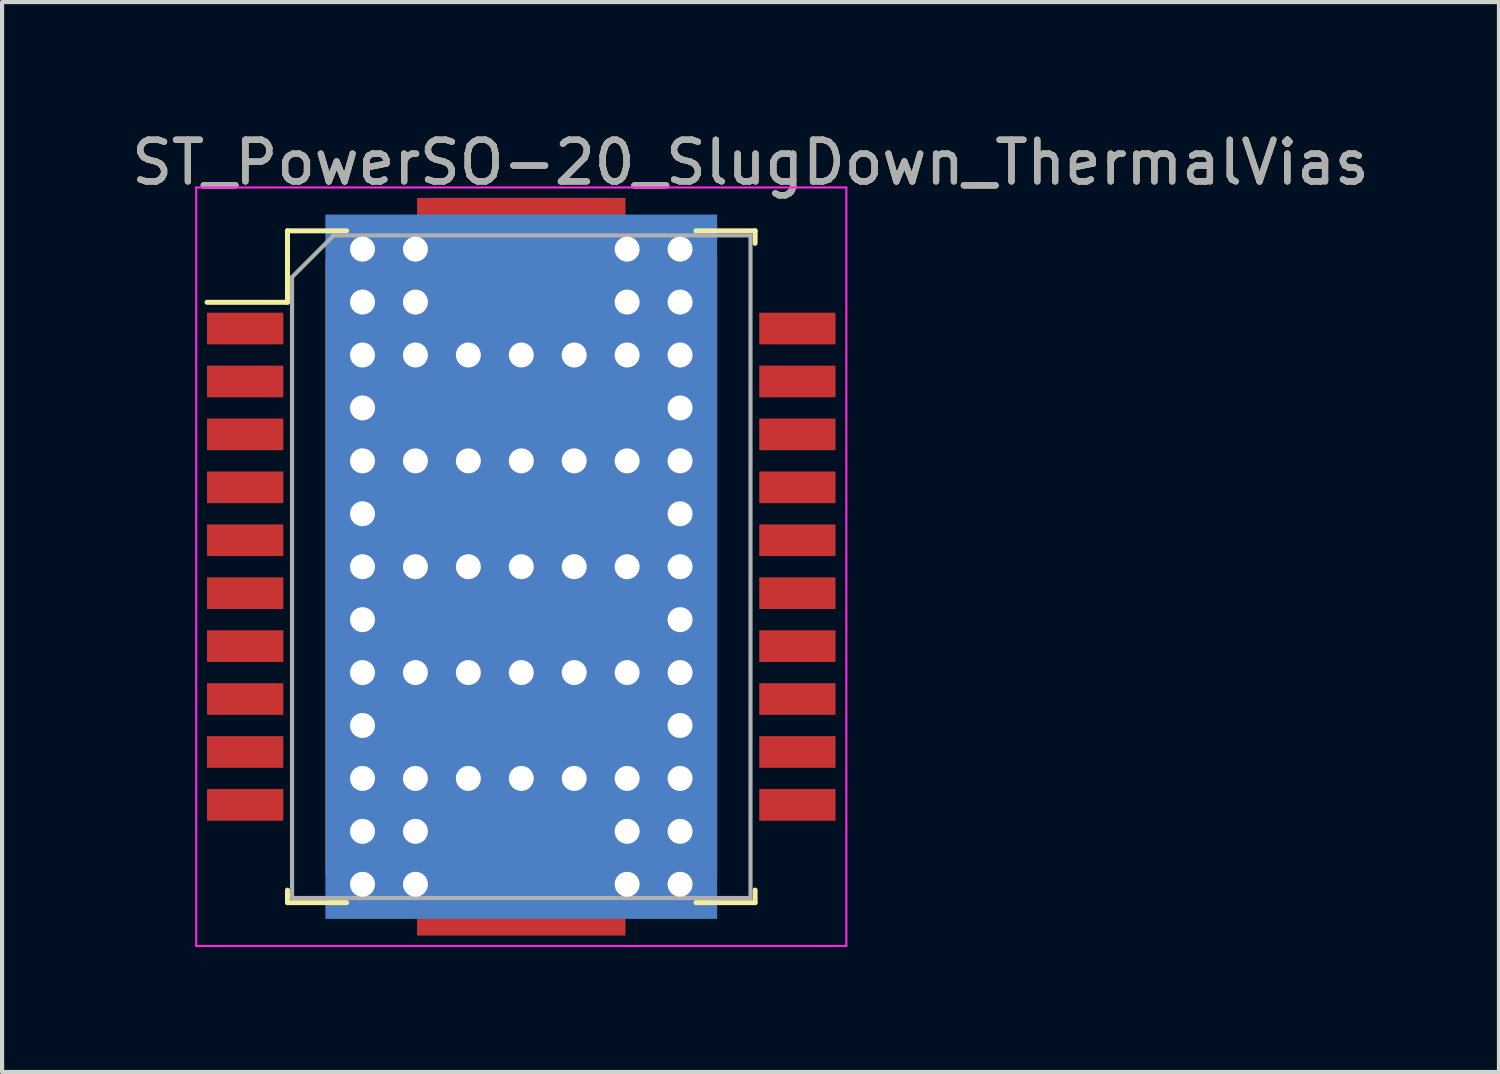
<source format=kicad_pcb>
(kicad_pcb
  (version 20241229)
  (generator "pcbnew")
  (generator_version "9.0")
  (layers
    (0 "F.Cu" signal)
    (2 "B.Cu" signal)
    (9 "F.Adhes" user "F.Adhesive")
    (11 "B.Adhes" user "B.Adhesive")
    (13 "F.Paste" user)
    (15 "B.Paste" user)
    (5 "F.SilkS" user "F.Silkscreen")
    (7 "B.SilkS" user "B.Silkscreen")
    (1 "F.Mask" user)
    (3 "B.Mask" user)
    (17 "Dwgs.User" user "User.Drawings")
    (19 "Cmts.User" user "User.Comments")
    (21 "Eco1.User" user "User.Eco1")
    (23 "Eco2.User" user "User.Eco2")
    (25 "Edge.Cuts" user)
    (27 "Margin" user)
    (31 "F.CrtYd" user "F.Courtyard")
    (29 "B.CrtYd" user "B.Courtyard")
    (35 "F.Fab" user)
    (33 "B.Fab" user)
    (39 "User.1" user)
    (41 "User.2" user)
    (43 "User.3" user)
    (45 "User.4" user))
  (footprint "ST_PowerSO-20_SlugDown_ThermalVias"
    (layer "F.Cu")
    (at 9.458 10.548)
    (property "Reference" "ST_PowerSO-20_SlugDown_ThermalVias" (at 5.5 -9.7 0) (layer "F.SilkS") (effects (font (size 1 1) (thickness 0.15))))
    (attr smd)
    (fp_line (start -7.54 -6.345) (end -5.61 -6.345) (stroke (width 0.12) (type solid)) (layer "F.SilkS"))
    (fp_line (start -5.61 -8.06) (end -4.191 -8.06) (stroke (width 0.12) (type solid)) (layer "F.SilkS"))
    (fp_line (start -5.61 -6.345) (end -5.61 -8.06) (stroke (width 0.12) (type solid)) (layer "F.SilkS"))
    (fp_line (start -5.61 7.76) (end -5.61 8.06) (stroke (width 0.12) (type solid)) (layer "F.SilkS"))
    (fp_line (start -5.61 8.06) (end -4.191 8.06) (stroke (width 0.12) (type solid)) (layer "F.SilkS"))
    (fp_line (start 4.191 -8.06) (end 5.61 -8.06) (stroke (width 0.12) (type solid)) (layer "F.SilkS"))
    (fp_line (start 4.191 8.06) (end 5.61 8.06) (stroke (width 0.12) (type solid)) (layer "F.SilkS"))
    (fp_line (start 5.61 -8.06) (end 5.61 -7.76) (stroke (width 0.12) (type solid)) (layer "F.SilkS"))
    (fp_line (start 5.61 8.06) (end 5.61 7.76) (stroke (width 0.12) (type solid)) (layer "F.SilkS"))
    (fp_line (start -7.8 -9.1) (end -7.8 9.1) (stroke (width 0.05) (type solid)) (layer "F.CrtYd"))
    (fp_line (start -7.8 9.1) (end 7.8 9.1) (stroke (width 0.05) (type solid)) (layer "F.CrtYd"))
    (fp_line (start 7.8 -9.1) (end -7.8 -9.1) (stroke (width 0.05) (type solid)) (layer "F.CrtYd"))
    (fp_line (start 7.8 9.1) (end 7.8 -9.1) (stroke (width 0.05) (type solid)) (layer "F.CrtYd"))
    (fp_line (start -5.5 -6.95) (end -5.5 7.95) (stroke (width 0.1) (type solid)) (layer "F.Fab"))
    (fp_line (start -5.5 -6.95) (end -4.5 -7.95) (stroke (width 0.1) (type solid)) (layer "F.Fab"))
    (fp_line (start -5.5 7.95) (end 5.5 7.95) (stroke (width 0.1) (type solid)) (layer "F.Fab"))
    (fp_line (start 5.5 -7.95) (end -4.5 -7.95) (stroke (width 0.1) (type solid)) (layer "F.Fab"))
    (fp_line (start 5.5 7.95) (end 5.5 -7.95) (stroke (width 0.1) (type solid)) (layer "F.Fab"))
    (fp_text user "${REFERENCE}" (at 5.5 -9.7 0) (layer "F.Fab") (effects (font (size 1 1) (thickness 0.15))))
    (pad "" smd rect (at 0 -6.95) (size 3.4 2.5) (layers "F.Paste"))
    (pad "" smd rect (at 0 -3.81) (size 6.4 1.27) (layers "F.Paste"))
    (pad "" smd rect (at 0 -1.27) (size 6.4 1.27) (layers "F.Paste"))
    (pad "" smd rect (at 0 1.27) (size 6.4 1.27) (layers "F.Paste"))
    (pad "" smd rect (at 0 3.81) (size 6.4 1.27) (layers "F.Paste"))
    (pad "" smd rect (at 0 6.95) (size 3.4 2.5) (layers "F.Paste"))
    (pad "1" smd rect (at -6.625 -5.715 90) (size 0.76 1.83) (layers "F.Cu" "F.Mask" "F.Paste"))
    (pad "2" smd rect (at -6.625 -4.445 90) (size 0.76 1.83) (layers "F.Cu" "F.Mask" "F.Paste"))
    (pad "3" smd rect (at -6.625 -3.175 90) (size 0.76 1.83) (layers "F.Cu" "F.Mask" "F.Paste"))
    (pad "4" smd rect (at -6.625 -1.905 90) (size 0.76 1.83) (layers "F.Cu" "F.Mask" "F.Paste"))
    (pad "5" smd rect (at -6.625 -0.635 90) (size 0.76 1.83) (layers "F.Cu" "F.Mask" "F.Paste"))
    (pad "6" smd rect (at -6.625 0.635 90) (size 0.76 1.83) (layers "F.Cu" "F.Mask" "F.Paste"))
    (pad "7" smd rect (at -6.625 1.905 90) (size 0.76 1.83) (layers "F.Cu" "F.Mask" "F.Paste"))
    (pad "8" smd rect (at -6.625 3.175 90) (size 0.76 1.83) (layers "F.Cu" "F.Mask" "F.Paste"))
    (pad "9" smd rect (at -6.625 4.445 90) (size 0.76 1.83) (layers "F.Cu" "F.Mask" "F.Paste"))
    (pad "10" smd rect (at -6.625 5.715 90) (size 0.76 1.83) (layers "F.Cu" "F.Mask" "F.Paste"))
    (pad "11" smd rect (at 6.625 5.715 90) (size 0.76 1.83) (layers "F.Cu" "F.Mask" "F.Paste"))
    (pad "12" smd rect (at 6.625 4.445 90) (size 0.76 1.83) (layers "F.Cu" "F.Mask" "F.Paste"))
    (pad "13" smd rect (at 6.625 3.175 90) (size 0.76 1.83) (layers "F.Cu" "F.Mask" "F.Paste"))
    (pad "14" smd rect (at 6.625 1.905 90) (size 0.76 1.83) (layers "F.Cu" "F.Mask" "F.Paste"))
    (pad "15" smd rect (at 6.625 0.635 90) (size 0.76 1.83) (layers "F.Cu" "F.Mask" "F.Paste"))
    (pad "16" smd rect (at 6.625 -0.635 90) (size 0.76 1.83) (layers "F.Cu" "F.Mask" "F.Paste"))
    (pad "17" smd rect (at 6.625 -1.905 90) (size 0.76 1.83) (layers "F.Cu" "F.Mask" "F.Paste"))
    (pad "18" smd rect (at 6.625 -3.175 90) (size 0.76 1.83) (layers "F.Cu" "F.Mask" "F.Paste"))
    (pad "19" smd rect (at 6.625 -4.445 90) (size 0.76 1.83) (layers "F.Cu" "F.Mask" "F.Paste"))
    (pad "20" smd rect (at 6.625 -5.715 90) (size 0.76 1.83) (layers "F.Cu" "F.Mask" "F.Paste"))
    (pad "21" thru_hole circle (at -3.81 -7.62) (size 0.9 0.9) (drill 0.6) (layers "*.Cu" "*.Mask"))
    (pad "21" thru_hole circle (at -3.81 -6.35) (size 0.9 0.9) (drill 0.6) (layers "*.Cu" "*.Mask"))
    (pad "21" thru_hole circle (at -3.81 -5.08) (size 0.9 0.9) (drill 0.6) (layers "*.Cu" "*.Mask"))
    (pad "21" thru_hole circle (at -3.81 -3.81) (size 0.9 0.9) (drill 0.6) (layers "*.Cu" "*.Mask"))
    (pad "21" thru_hole circle (at -3.81 -2.54) (size 0.9 0.9) (drill 0.6) (layers "*.Cu" "*.Mask"))
    (pad "21" thru_hole circle (at -3.81 -1.27) (size 0.9 0.9) (drill 0.6) (layers "*.Cu" "*.Mask"))
    (pad "21" thru_hole circle (at -3.81 0) (size 0.9 0.9) (drill 0.6) (layers "*.Cu" "*.Mask"))
    (pad "21" thru_hole circle (at -3.81 1.27) (size 0.9 0.9) (drill 0.6) (layers "*.Cu" "*.Mask"))
    (pad "21" thru_hole circle (at -3.81 2.54) (size 0.9 0.9) (drill 0.6) (layers "*.Cu" "*.Mask"))
    (pad "21" thru_hole circle (at -3.81 3.81) (size 0.9 0.9) (drill 0.6) (layers "*.Cu" "*.Mask"))
    (pad "21" thru_hole circle (at -3.81 5.08) (size 0.9 0.9) (drill 0.6) (layers "*.Cu" "*.Mask"))
    (pad "21" thru_hole circle (at -3.81 6.35) (size 0.9 0.9) (drill 0.6) (layers "*.Cu" "*.Mask"))
    (pad "21" thru_hole circle (at -3.81 7.62) (size 0.9 0.9) (drill 0.6) (layers "*.Cu" "*.Mask"))
    (pad "21" thru_hole circle (at -2.54 -7.62) (size 0.9 0.9) (drill 0.6) (layers "*.Cu" "*.Mask"))
    (pad "21" thru_hole circle (at -2.54 -6.35) (size 0.9 0.9) (drill 0.6) (layers "*.Cu" "*.Mask"))
    (pad "21" thru_hole circle (at -2.54 -5.08) (size 0.9 0.9) (drill 0.6) (layers "*.Cu" "*.Mask"))
    (pad "21" thru_hole circle (at -2.54 -2.54) (size 0.9 0.9) (drill 0.6) (layers "*.Cu" "*.Mask"))
    (pad "21" thru_hole circle (at -2.54 0) (size 0.9 0.9) (drill 0.6) (layers "*.Cu" "*.Mask"))
    (pad "21" thru_hole circle (at -2.54 2.54) (size 0.9 0.9) (drill 0.6) (layers "*.Cu" "*.Mask"))
    (pad "21" thru_hole circle (at -2.54 5.08) (size 0.9 0.9) (drill 0.6) (layers "*.Cu" "*.Mask"))
    (pad "21" thru_hole circle (at -2.54 6.35) (size 0.9 0.9) (drill 0.6) (layers "*.Cu" "*.Mask"))
    (pad "21" thru_hole circle (at -2.54 7.62) (size 0.9 0.9) (drill 0.6) (layers "*.Cu" "*.Mask"))
    (pad "21" thru_hole circle (at -1.27 -5.08) (size 0.9 0.9) (drill 0.6) (layers "*.Cu" "*.Mask"))
    (pad "21" thru_hole circle (at -1.27 -2.54) (size 0.9 0.9) (drill 0.6) (layers "*.Cu" "*.Mask"))
    (pad "21" thru_hole circle (at -1.27 0) (size 0.9 0.9) (drill 0.6) (layers "*.Cu" "*.Mask"))
    (pad "21" thru_hole circle (at -1.27 2.54) (size 0.9 0.9) (drill 0.6) (layers "*.Cu" "*.Mask"))
    (pad "21" thru_hole circle (at -1.27 5.08) (size 0.9 0.9) (drill 0.6) (layers "*.Cu" "*.Mask"))
    (pad "21" thru_hole circle (at 0 -5.08) (size 0.9 0.9) (drill 0.6) (layers "*.Cu" "*.Mask"))
    (pad "21" thru_hole circle (at 0 -2.54) (size 0.9 0.9) (drill 0.6) (layers "*.Cu" "*.Mask"))
    (pad "21" thru_hole circle (at 0 0) (size 0.9 0.9) (drill 0.6) (layers "*.Cu" "*.Mask"))
    (pad "21" smd custom (at 0 0) (size 3.4 2.5) (layers "F.Cu" "F.Mask") (options (anchor rect)) (primitives (gr_poly (pts (xy 2.5 8.85) (xy -2.5 8.85) (xy -2.5 7.4) (xy -4.7 7.4) (xy -4.7 -7.4) (xy -2.5 -7.4) (xy -2.5 -8.85) (xy 2.5 -8.85) (xy 2.5 -7.4) (xy 4.7 -7.4) (xy 4.7 7.4) (xy 2.5 7.4)) (width 0) (fill yes))))
    (pad "21" smd rect (at 0 0) (size 9.4 16.9) (layers "B.Cu"))
    (pad "21" thru_hole circle (at 0 2.54) (size 0.9 0.9) (drill 0.6) (layers "*.Cu" "*.Mask"))
    (pad "21" thru_hole circle (at 0 5.08) (size 0.9 0.9) (drill 0.6) (layers "*.Cu" "*.Mask"))
    (pad "21" thru_hole circle (at 1.27 -5.08) (size 0.9 0.9) (drill 0.6) (layers "*.Cu" "*.Mask"))
    (pad "21" thru_hole circle (at 1.27 -2.54) (size 0.9 0.9) (drill 0.6) (layers "*.Cu" "*.Mask"))
    (pad "21" thru_hole circle (at 1.27 0) (size 0.9 0.9) (drill 0.6) (layers "*.Cu" "*.Mask"))
    (pad "21" thru_hole circle (at 1.27 2.54) (size 0.9 0.9) (drill 0.6) (layers "*.Cu" "*.Mask"))
    (pad "21" thru_hole circle (at 1.27 5.08) (size 0.9 0.9) (drill 0.6) (layers "*.Cu" "*.Mask"))
    (pad "21" thru_hole circle (at 2.54 -7.62) (size 0.9 0.9) (drill 0.6) (layers "*.Cu" "*.Mask"))
    (pad "21" thru_hole circle (at 2.54 -6.35) (size 0.9 0.9) (drill 0.6) (layers "*.Cu" "*.Mask"))
    (pad "21" thru_hole circle (at 2.54 -5.08) (size 0.9 0.9) (drill 0.6) (layers "*.Cu" "*.Mask"))
    (pad "21" thru_hole circle (at 2.54 -2.54) (size 0.9 0.9) (drill 0.6) (layers "*.Cu" "*.Mask"))
    (pad "21" thru_hole circle (at 2.54 0) (size 0.9 0.9) (drill 0.6) (layers "*.Cu" "*.Mask"))
    (pad "21" thru_hole circle (at 2.54 2.54) (size 0.9 0.9) (drill 0.6) (layers "*.Cu" "*.Mask"))
    (pad "21" thru_hole circle (at 2.54 5.08) (size 0.9 0.9) (drill 0.6) (layers "*.Cu" "*.Mask"))
    (pad "21" thru_hole circle (at 2.54 6.35) (size 0.9 0.9) (drill 0.6) (layers "*.Cu" "*.Mask"))
    (pad "21" thru_hole circle (at 2.54 7.62) (size 0.9 0.9) (drill 0.6) (layers "*.Cu" "*.Mask"))
    (pad "21" thru_hole circle (at 3.81 -7.62) (size 0.9 0.9) (drill 0.6) (layers "*.Cu" "*.Mask"))
    (pad "21" thru_hole circle (at 3.81 -6.35) (size 0.9 0.9) (drill 0.6) (layers "*.Cu" "*.Mask"))
    (pad "21" thru_hole circle (at 3.81 -5.08) (size 0.9 0.9) (drill 0.6) (layers "*.Cu" "*.Mask"))
    (pad "21" thru_hole circle (at 3.81 -3.81) (size 0.9 0.9) (drill 0.6) (layers "*.Cu" "*.Mask"))
    (pad "21" thru_hole circle (at 3.81 -2.54) (size 0.9 0.9) (drill 0.6) (layers "*.Cu" "*.Mask"))
    (pad "21" thru_hole circle (at 3.81 -1.27) (size 0.9 0.9) (drill 0.6) (layers "*.Cu" "*.Mask"))
    (pad "21" thru_hole circle (at 3.81 0) (size 0.9 0.9) (drill 0.6) (layers "*.Cu" "*.Mask"))
    (pad "21" thru_hole circle (at 3.81 1.27) (size 0.9 0.9) (drill 0.6) (layers "*.Cu" "*.Mask"))
    (pad "21" thru_hole circle (at 3.81 2.54) (size 0.9 0.9) (drill 0.6) (layers "*.Cu" "*.Mask"))
    (pad "21" thru_hole circle (at 3.81 3.81) (size 0.9 0.9) (drill 0.6) (layers "*.Cu" "*.Mask"))
    (pad "21" thru_hole circle (at 3.81 5.08) (size 0.9 0.9) (drill 0.6) (layers "*.Cu" "*.Mask"))
    (pad "21" thru_hole circle (at 3.81 6.35) (size 0.9 0.9) (drill 0.6) (layers "*.Cu" "*.Mask"))
    (pad "21" thru_hole circle (at 3.81 7.62) (size 0.9 0.9) (drill 0.6) (layers "*.Cu" "*.Mask")))
  (gr_rect
    (start -3 -3)
    (end 32.917 22.673)
    (stroke (width 0.1) (type default))
    (fill no)
    (layer "Edge.Cuts")))
</source>
